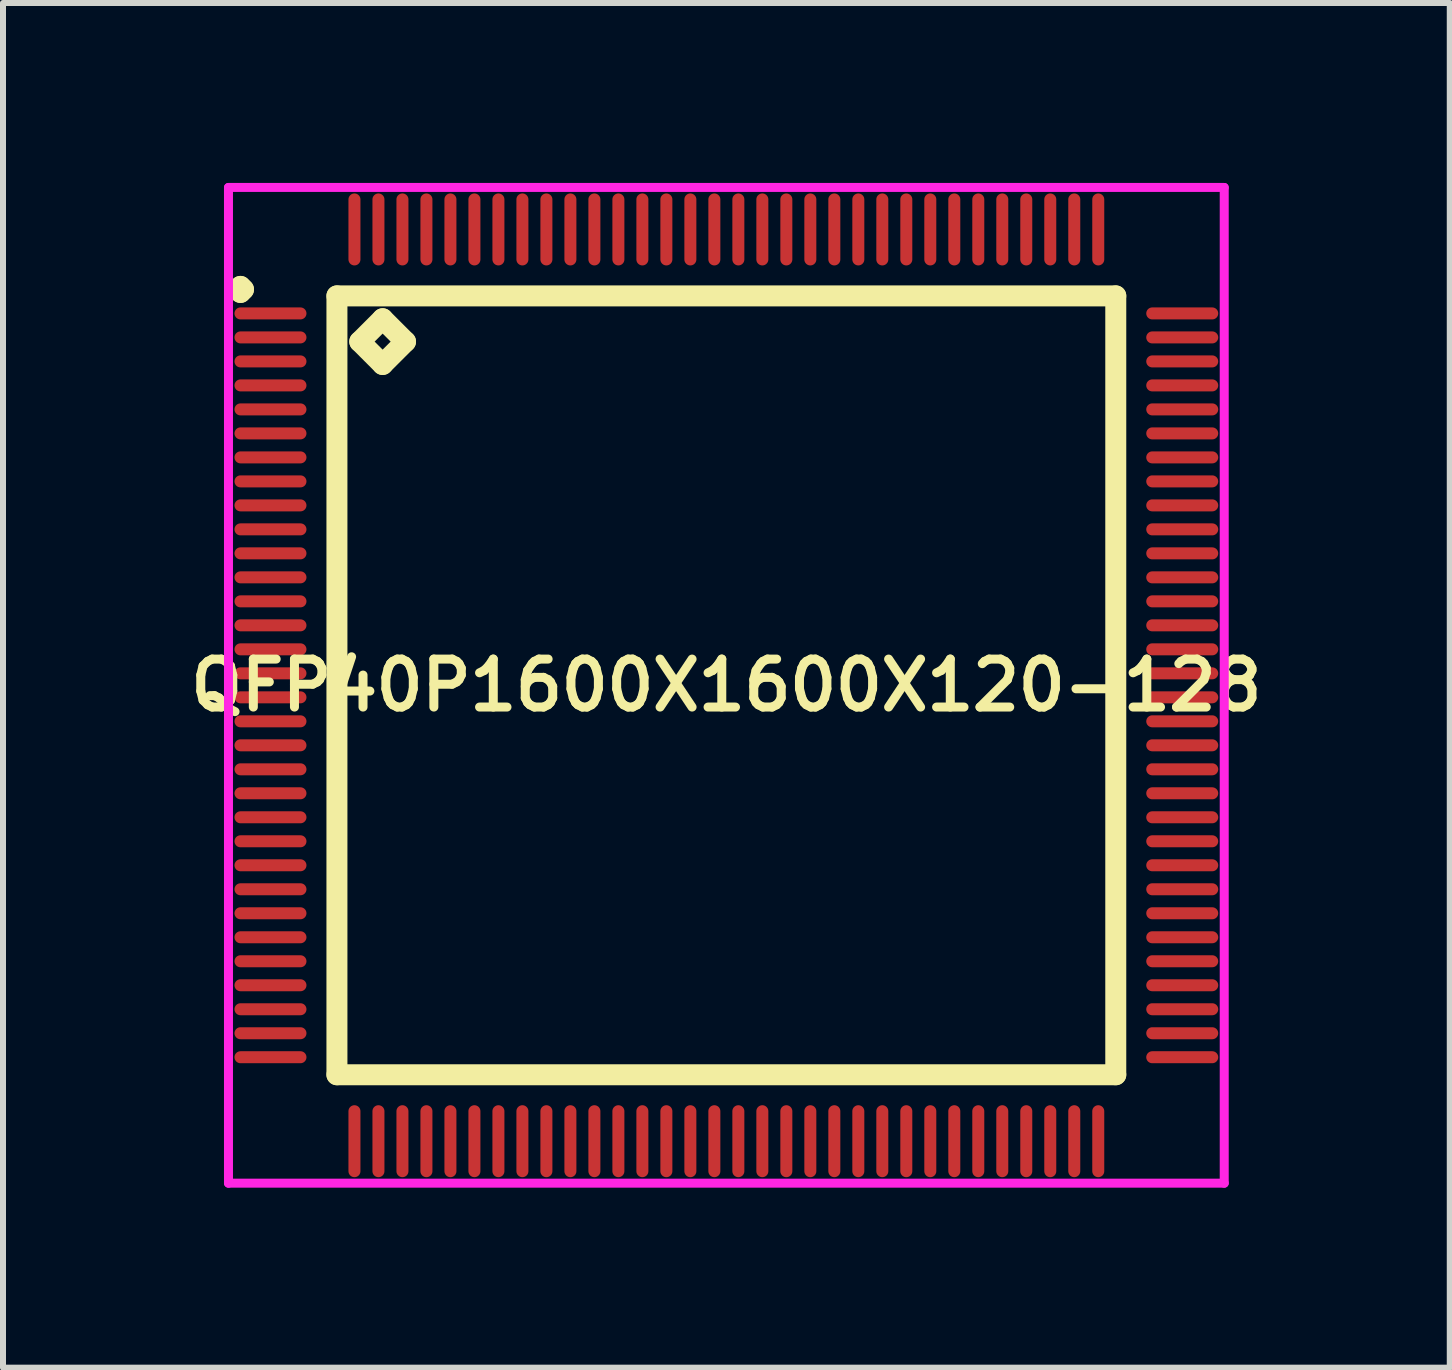
<source format=kicad_pcb>
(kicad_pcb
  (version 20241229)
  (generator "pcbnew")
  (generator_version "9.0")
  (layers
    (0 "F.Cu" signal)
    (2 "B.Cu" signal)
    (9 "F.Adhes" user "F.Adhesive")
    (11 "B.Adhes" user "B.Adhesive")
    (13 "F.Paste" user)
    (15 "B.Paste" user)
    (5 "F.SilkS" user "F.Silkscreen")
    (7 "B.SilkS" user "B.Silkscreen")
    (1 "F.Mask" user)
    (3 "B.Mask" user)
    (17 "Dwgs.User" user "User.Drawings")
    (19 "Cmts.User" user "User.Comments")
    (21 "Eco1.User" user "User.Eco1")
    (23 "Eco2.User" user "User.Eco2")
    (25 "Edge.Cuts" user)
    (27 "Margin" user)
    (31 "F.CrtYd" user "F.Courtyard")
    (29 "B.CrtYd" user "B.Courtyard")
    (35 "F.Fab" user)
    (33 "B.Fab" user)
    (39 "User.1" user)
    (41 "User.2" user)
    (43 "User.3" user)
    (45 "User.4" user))
  (footprint "QFP40P1600X1600X120-128"
    (layer "F.Cu")
    (at 9.059 8.375)
    (property "Reference" "QFP40P1600X1600X120-128" (at 0 0 0) (layer "F.SilkS") (effects (font (size 0.8 0.8) (thickness 0.15))))
    (attr smd)
    (fp_line (start -8.15 -6.6) (end -8.1 -6.65) (stroke (width 0.35) (type solid)) (layer "F.SilkS"))
    (fp_line (start -8.1 -6.65) (end -8.05 -6.6) (stroke (width 0.35) (type solid)) (layer "F.SilkS"))
    (fp_line (start -8.1 -6.55) (end -8.15 -6.6) (stroke (width 0.35) (type solid)) (layer "F.SilkS"))
    (fp_line (start -8.05 -6.6) (end -8.1 -6.55) (stroke (width 0.35) (type solid)) (layer "F.SilkS"))
    (fp_line (start -6.492 -6.492) (end -6.492 6.492) (stroke (width 0.35) (type solid)) (layer "F.SilkS"))
    (fp_line (start -6.492 6.492) (end 6.492 6.492) (stroke (width 0.35) (type solid)) (layer "F.SilkS"))
    (fp_line (start -6.111 -5.73) (end -5.73 -6.111) (stroke (width 0.35) (type solid)) (layer "F.SilkS"))
    (fp_line (start -5.73 -6.111) (end -5.349 -5.73) (stroke (width 0.35) (type solid)) (layer "F.SilkS"))
    (fp_line (start -5.73 -5.349) (end -6.111 -5.73) (stroke (width 0.35) (type solid)) (layer "F.SilkS"))
    (fp_line (start -5.349 -5.73) (end -5.73 -5.349) (stroke (width 0.35) (type solid)) (layer "F.SilkS"))
    (fp_line (start 6.492 -6.492) (end -6.492 -6.492) (stroke (width 0.35) (type solid)) (layer "F.SilkS"))
    (fp_line (start 6.492 6.492) (end 6.492 -6.492) (stroke (width 0.35) (type solid)) (layer "F.SilkS"))
    (fp_line (start -8.3 -8.3) (end 8.3 -8.3) (stroke (width 0.15) (type solid)) (layer "F.CrtYd"))
    (fp_line (start -8.3 8.3) (end -8.3 -8.3) (stroke (width 0.15) (type solid)) (layer "F.CrtYd"))
    (fp_line (start 8.3 -8.3) (end 8.3 8.3) (stroke (width 0.15) (type solid)) (layer "F.CrtYd"))
    (fp_line (start 8.3 8.3) (end -8.3 8.3) (stroke (width 0.15) (type solid)) (layer "F.CrtYd"))
    (pad "1" smd oval (at -7.6 -6.2) (size 1.2 0.2) (layers "F.Cu" "F.Mask" "F.Paste"))
    (pad "2" smd oval (at -7.6 -5.8) (size 1.2 0.2) (layers "F.Cu" "F.Mask" "F.Paste"))
    (pad "3" smd oval (at -7.6 -5.4) (size 1.2 0.2) (layers "F.Cu" "F.Mask" "F.Paste"))
    (pad "4" smd oval (at -7.6 -5) (size 1.2 0.2) (layers "F.Cu" "F.Mask" "F.Paste"))
    (pad "5" smd oval (at -7.6 -4.6) (size 1.2 0.2) (layers "F.Cu" "F.Mask" "F.Paste"))
    (pad "6" smd oval (at -7.6 -4.2) (size 1.2 0.2) (layers "F.Cu" "F.Mask" "F.Paste"))
    (pad "7" smd oval (at -7.6 -3.8) (size 1.2 0.2) (layers "F.Cu" "F.Mask" "F.Paste"))
    (pad "8" smd oval (at -7.6 -3.4) (size 1.2 0.2) (layers "F.Cu" "F.Mask" "F.Paste"))
    (pad "9" smd oval (at -7.6 -3) (size 1.2 0.2) (layers "F.Cu" "F.Mask" "F.Paste"))
    (pad "10" smd oval (at -7.6 -2.6) (size 1.2 0.2) (layers "F.Cu" "F.Mask" "F.Paste"))
    (pad "11" smd oval (at -7.6 -2.2) (size 1.2 0.2) (layers "F.Cu" "F.Mask" "F.Paste"))
    (pad "12" smd oval (at -7.6 -1.8) (size 1.2 0.2) (layers "F.Cu" "F.Mask" "F.Paste"))
    (pad "13" smd oval (at -7.6 -1.4) (size 1.2 0.2) (layers "F.Cu" "F.Mask" "F.Paste"))
    (pad "14" smd oval (at -7.6 -1) (size 1.2 0.2) (layers "F.Cu" "F.Mask" "F.Paste"))
    (pad "15" smd oval (at -7.6 -0.6) (size 1.2 0.2) (layers "F.Cu" "F.Mask" "F.Paste"))
    (pad "16" smd oval (at -7.6 -0.2) (size 1.2 0.2) (layers "F.Cu" "F.Mask" "F.Paste"))
    (pad "17" smd oval (at -7.6 0.2) (size 1.2 0.2) (layers "F.Cu" "F.Mask" "F.Paste"))
    (pad "18" smd oval (at -7.6 0.6) (size 1.2 0.2) (layers "F.Cu" "F.Mask" "F.Paste"))
    (pad "19" smd oval (at -7.6 1) (size 1.2 0.2) (layers "F.Cu" "F.Mask" "F.Paste"))
    (pad "20" smd oval (at -7.6 1.4) (size 1.2 0.2) (layers "F.Cu" "F.Mask" "F.Paste"))
    (pad "21" smd oval (at -7.6 1.8) (size 1.2 0.2) (layers "F.Cu" "F.Mask" "F.Paste"))
    (pad "22" smd oval (at -7.6 2.2) (size 1.2 0.2) (layers "F.Cu" "F.Mask" "F.Paste"))
    (pad "23" smd oval (at -7.6 2.6) (size 1.2 0.2) (layers "F.Cu" "F.Mask" "F.Paste"))
    (pad "24" smd oval (at -7.6 3) (size 1.2 0.2) (layers "F.Cu" "F.Mask" "F.Paste"))
    (pad "25" smd oval (at -7.6 3.4) (size 1.2 0.2) (layers "F.Cu" "F.Mask" "F.Paste"))
    (pad "26" smd oval (at -7.6 3.8) (size 1.2 0.2) (layers "F.Cu" "F.Mask" "F.Paste"))
    (pad "27" smd oval (at -7.6 4.2) (size 1.2 0.2) (layers "F.Cu" "F.Mask" "F.Paste"))
    (pad "28" smd oval (at -7.6 4.6) (size 1.2 0.2) (layers "F.Cu" "F.Mask" "F.Paste"))
    (pad "29" smd oval (at -7.6 5) (size 1.2 0.2) (layers "F.Cu" "F.Mask" "F.Paste"))
    (pad "30" smd oval (at -7.6 5.4) (size 1.2 0.2) (layers "F.Cu" "F.Mask" "F.Paste"))
    (pad "31" smd oval (at -7.6 5.8) (size 1.2 0.2) (layers "F.Cu" "F.Mask" "F.Paste"))
    (pad "32" smd oval (at -7.6 6.2) (size 1.2 0.2) (layers "F.Cu" "F.Mask" "F.Paste"))
    (pad "33" smd oval (at -6.2 7.6) (size 0.2 1.2) (layers "F.Cu" "F.Mask" "F.Paste"))
    (pad "34" smd oval (at -5.8 7.6) (size 0.2 1.2) (layers "F.Cu" "F.Mask" "F.Paste"))
    (pad "35" smd oval (at -5.4 7.6) (size 0.2 1.2) (layers "F.Cu" "F.Mask" "F.Paste"))
    (pad "36" smd oval (at -5 7.6) (size 0.2 1.2) (layers "F.Cu" "F.Mask" "F.Paste"))
    (pad "37" smd oval (at -4.6 7.6) (size 0.2 1.2) (layers "F.Cu" "F.Mask" "F.Paste"))
    (pad "38" smd oval (at -4.2 7.6) (size 0.2 1.2) (layers "F.Cu" "F.Mask" "F.Paste"))
    (pad "39" smd oval (at -3.8 7.6) (size 0.2 1.2) (layers "F.Cu" "F.Mask" "F.Paste"))
    (pad "40" smd oval (at -3.4 7.6) (size 0.2 1.2) (layers "F.Cu" "F.Mask" "F.Paste"))
    (pad "41" smd oval (at -3 7.6) (size 0.2 1.2) (layers "F.Cu" "F.Mask" "F.Paste"))
    (pad "42" smd oval (at -2.6 7.6) (size 0.2 1.2) (layers "F.Cu" "F.Mask" "F.Paste"))
    (pad "43" smd oval (at -2.2 7.6) (size 0.2 1.2) (layers "F.Cu" "F.Mask" "F.Paste"))
    (pad "44" smd oval (at -1.8 7.6) (size 0.2 1.2) (layers "F.Cu" "F.Mask" "F.Paste"))
    (pad "45" smd oval (at -1.4 7.6) (size 0.2 1.2) (layers "F.Cu" "F.Mask" "F.Paste"))
    (pad "46" smd oval (at -1 7.6) (size 0.2 1.2) (layers "F.Cu" "F.Mask" "F.Paste"))
    (pad "47" smd oval (at -0.6 7.6) (size 0.2 1.2) (layers "F.Cu" "F.Mask" "F.Paste"))
    (pad "48" smd oval (at -0.2 7.6) (size 0.2 1.2) (layers "F.Cu" "F.Mask" "F.Paste"))
    (pad "49" smd oval (at 0.2 7.6) (size 0.2 1.2) (layers "F.Cu" "F.Mask" "F.Paste"))
    (pad "50" smd oval (at 0.6 7.6) (size 0.2 1.2) (layers "F.Cu" "F.Mask" "F.Paste"))
    (pad "51" smd oval (at 1 7.6) (size 0.2 1.2) (layers "F.Cu" "F.Mask" "F.Paste"))
    (pad "52" smd oval (at 1.4 7.6) (size 0.2 1.2) (layers "F.Cu" "F.Mask" "F.Paste"))
    (pad "53" smd oval (at 1.8 7.6) (size 0.2 1.2) (layers "F.Cu" "F.Mask" "F.Paste"))
    (pad "54" smd oval (at 2.2 7.6) (size 0.2 1.2) (layers "F.Cu" "F.Mask" "F.Paste"))
    (pad "55" smd oval (at 2.6 7.6) (size 0.2 1.2) (layers "F.Cu" "F.Mask" "F.Paste"))
    (pad "56" smd oval (at 3 7.6) (size 0.2 1.2) (layers "F.Cu" "F.Mask" "F.Paste"))
    (pad "57" smd oval (at 3.4 7.6) (size 0.2 1.2) (layers "F.Cu" "F.Mask" "F.Paste"))
    (pad "58" smd oval (at 3.8 7.6) (size 0.2 1.2) (layers "F.Cu" "F.Mask" "F.Paste"))
    (pad "59" smd oval (at 4.2 7.6) (size 0.2 1.2) (layers "F.Cu" "F.Mask" "F.Paste"))
    (pad "60" smd oval (at 4.6 7.6) (size 0.2 1.2) (layers "F.Cu" "F.Mask" "F.Paste"))
    (pad "61" smd oval (at 5 7.6) (size 0.2 1.2) (layers "F.Cu" "F.Mask" "F.Paste"))
    (pad "62" smd oval (at 5.4 7.6) (size 0.2 1.2) (layers "F.Cu" "F.Mask" "F.Paste"))
    (pad "63" smd oval (at 5.8 7.6) (size 0.2 1.2) (layers "F.Cu" "F.Mask" "F.Paste"))
    (pad "64" smd oval (at 6.2 7.6) (size 0.2 1.2) (layers "F.Cu" "F.Mask" "F.Paste"))
    (pad "65" smd oval (at 7.6 6.2) (size 1.2 0.2) (layers "F.Cu" "F.Mask" "F.Paste"))
    (pad "66" smd oval (at 7.6 5.8) (size 1.2 0.2) (layers "F.Cu" "F.Mask" "F.Paste"))
    (pad "67" smd oval (at 7.6 5.4) (size 1.2 0.2) (layers "F.Cu" "F.Mask" "F.Paste"))
    (pad "68" smd oval (at 7.6 5) (size 1.2 0.2) (layers "F.Cu" "F.Mask" "F.Paste"))
    (pad "69" smd oval (at 7.6 4.6) (size 1.2 0.2) (layers "F.Cu" "F.Mask" "F.Paste"))
    (pad "70" smd oval (at 7.6 4.2) (size 1.2 0.2) (layers "F.Cu" "F.Mask" "F.Paste"))
    (pad "71" smd oval (at 7.6 3.8) (size 1.2 0.2) (layers "F.Cu" "F.Mask" "F.Paste"))
    (pad "72" smd oval (at 7.6 3.4) (size 1.2 0.2) (layers "F.Cu" "F.Mask" "F.Paste"))
    (pad "73" smd oval (at 7.6 3) (size 1.2 0.2) (layers "F.Cu" "F.Mask" "F.Paste"))
    (pad "74" smd oval (at 7.6 2.6) (size 1.2 0.2) (layers "F.Cu" "F.Mask" "F.Paste"))
    (pad "75" smd oval (at 7.6 2.2) (size 1.2 0.2) (layers "F.Cu" "F.Mask" "F.Paste"))
    (pad "76" smd oval (at 7.6 1.8) (size 1.2 0.2) (layers "F.Cu" "F.Mask" "F.Paste"))
    (pad "77" smd oval (at 7.6 1.4) (size 1.2 0.2) (layers "F.Cu" "F.Mask" "F.Paste"))
    (pad "78" smd oval (at 7.6 1) (size 1.2 0.2) (layers "F.Cu" "F.Mask" "F.Paste"))
    (pad "79" smd oval (at 7.6 0.6) (size 1.2 0.2) (layers "F.Cu" "F.Mask" "F.Paste"))
    (pad "80" smd oval (at 7.6 0.2) (size 1.2 0.2) (layers "F.Cu" "F.Mask" "F.Paste"))
    (pad "81" smd oval (at 7.6 -0.2) (size 1.2 0.2) (layers "F.Cu" "F.Mask" "F.Paste"))
    (pad "82" smd oval (at 7.6 -0.6) (size 1.2 0.2) (layers "F.Cu" "F.Mask" "F.Paste"))
    (pad "83" smd oval (at 7.6 -1) (size 1.2 0.2) (layers "F.Cu" "F.Mask" "F.Paste"))
    (pad "84" smd oval (at 7.6 -1.4) (size 1.2 0.2) (layers "F.Cu" "F.Mask" "F.Paste"))
    (pad "85" smd oval (at 7.6 -1.8) (size 1.2 0.2) (layers "F.Cu" "F.Mask" "F.Paste"))
    (pad "86" smd oval (at 7.6 -2.2) (size 1.2 0.2) (layers "F.Cu" "F.Mask" "F.Paste"))
    (pad "87" smd oval (at 7.6 -2.6) (size 1.2 0.2) (layers "F.Cu" "F.Mask" "F.Paste"))
    (pad "88" smd oval (at 7.6 -3) (size 1.2 0.2) (layers "F.Cu" "F.Mask" "F.Paste"))
    (pad "89" smd oval (at 7.6 -3.4) (size 1.2 0.2) (layers "F.Cu" "F.Mask" "F.Paste"))
    (pad "90" smd oval (at 7.6 -3.8) (size 1.2 0.2) (layers "F.Cu" "F.Mask" "F.Paste"))
    (pad "91" smd oval (at 7.6 -4.2) (size 1.2 0.2) (layers "F.Cu" "F.Mask" "F.Paste"))
    (pad "92" smd oval (at 7.6 -4.6) (size 1.2 0.2) (layers "F.Cu" "F.Mask" "F.Paste"))
    (pad "93" smd oval (at 7.6 -5) (size 1.2 0.2) (layers "F.Cu" "F.Mask" "F.Paste"))
    (pad "94" smd oval (at 7.6 -5.4) (size 1.2 0.2) (layers "F.Cu" "F.Mask" "F.Paste"))
    (pad "95" smd oval (at 7.6 -5.8) (size 1.2 0.2) (layers "F.Cu" "F.Mask" "F.Paste"))
    (pad "96" smd oval (at 7.6 -6.2) (size 1.2 0.2) (layers "F.Cu" "F.Mask" "F.Paste"))
    (pad "97" smd oval (at 6.2 -7.6) (size 0.2 1.2) (layers "F.Cu" "F.Mask" "F.Paste"))
    (pad "98" smd oval (at 5.8 -7.6) (size 0.2 1.2) (layers "F.Cu" "F.Mask" "F.Paste"))
    (pad "99" smd oval (at 5.4 -7.6) (size 0.2 1.2) (layers "F.Cu" "F.Mask" "F.Paste"))
    (pad "100" smd oval (at 5 -7.6) (size 0.2 1.2) (layers "F.Cu" "F.Mask" "F.Paste"))
    (pad "101" smd oval (at 4.6 -7.6) (size 0.2 1.2) (layers "F.Cu" "F.Mask" "F.Paste"))
    (pad "102" smd oval (at 4.2 -7.6) (size 0.2 1.2) (layers "F.Cu" "F.Mask" "F.Paste"))
    (pad "103" smd oval (at 3.8 -7.6) (size 0.2 1.2) (layers "F.Cu" "F.Mask" "F.Paste"))
    (pad "104" smd oval (at 3.4 -7.6) (size 0.2 1.2) (layers "F.Cu" "F.Mask" "F.Paste"))
    (pad "105" smd oval (at 3 -7.6) (size 0.2 1.2) (layers "F.Cu" "F.Mask" "F.Paste"))
    (pad "106" smd oval (at 2.6 -7.6) (size 0.2 1.2) (layers "F.Cu" "F.Mask" "F.Paste"))
    (pad "107" smd oval (at 2.2 -7.6) (size 0.2 1.2) (layers "F.Cu" "F.Mask" "F.Paste"))
    (pad "108" smd oval (at 1.8 -7.6) (size 0.2 1.2) (layers "F.Cu" "F.Mask" "F.Paste"))
    (pad "109" smd oval (at 1.4 -7.6) (size 0.2 1.2) (layers "F.Cu" "F.Mask" "F.Paste"))
    (pad "110" smd oval (at 1 -7.6) (size 0.2 1.2) (layers "F.Cu" "F.Mask" "F.Paste"))
    (pad "111" smd oval (at 0.6 -7.6) (size 0.2 1.2) (layers "F.Cu" "F.Mask" "F.Paste"))
    (pad "112" smd oval (at 0.2 -7.6) (size 0.2 1.2) (layers "F.Cu" "F.Mask" "F.Paste"))
    (pad "113" smd oval (at -0.2 -7.6) (size 0.2 1.2) (layers "F.Cu" "F.Mask" "F.Paste"))
    (pad "114" smd oval (at -0.6 -7.6) (size 0.2 1.2) (layers "F.Cu" "F.Mask" "F.Paste"))
    (pad "115" smd oval (at -1 -7.6) (size 0.2 1.2) (layers "F.Cu" "F.Mask" "F.Paste"))
    (pad "116" smd oval (at -1.4 -7.6) (size 0.2 1.2) (layers "F.Cu" "F.Mask" "F.Paste"))
    (pad "117" smd oval (at -1.8 -7.6) (size 0.2 1.2) (layers "F.Cu" "F.Mask" "F.Paste"))
    (pad "118" smd oval (at -2.2 -7.6) (size 0.2 1.2) (layers "F.Cu" "F.Mask" "F.Paste"))
    (pad "119" smd oval (at -2.6 -7.6) (size 0.2 1.2) (layers "F.Cu" "F.Mask" "F.Paste"))
    (pad "120" smd oval (at -3 -7.6) (size 0.2 1.2) (layers "F.Cu" "F.Mask" "F.Paste"))
    (pad "121" smd oval (at -3.4 -7.6) (size 0.2 1.2) (layers "F.Cu" "F.Mask" "F.Paste"))
    (pad "122" smd oval (at -3.8 -7.6) (size 0.2 1.2) (layers "F.Cu" "F.Mask" "F.Paste"))
    (pad "123" smd oval (at -4.2 -7.6) (size 0.2 1.2) (layers "F.Cu" "F.Mask" "F.Paste"))
    (pad "124" smd oval (at -4.6 -7.6) (size 0.2 1.2) (layers "F.Cu" "F.Mask" "F.Paste"))
    (pad "125" smd oval (at -5 -7.6) (size 0.2 1.2) (layers "F.Cu" "F.Mask" "F.Paste"))
    (pad "126" smd oval (at -5.4 -7.6) (size 0.2 1.2) (layers "F.Cu" "F.Mask" "F.Paste"))
    (pad "127" smd oval (at -5.8 -7.6) (size 0.2 1.2) (layers "F.Cu" "F.Mask" "F.Paste"))
    (pad "128" smd oval (at -6.2 -7.6) (size 0.2 1.2) (layers "F.Cu" "F.Mask" "F.Paste")))
  (gr_rect
    (start -3 -3)
    (end 21.119 19.75)
    (stroke (width 0.1) (type default))
    (fill no)
    (layer "Edge.Cuts")))
</source>
